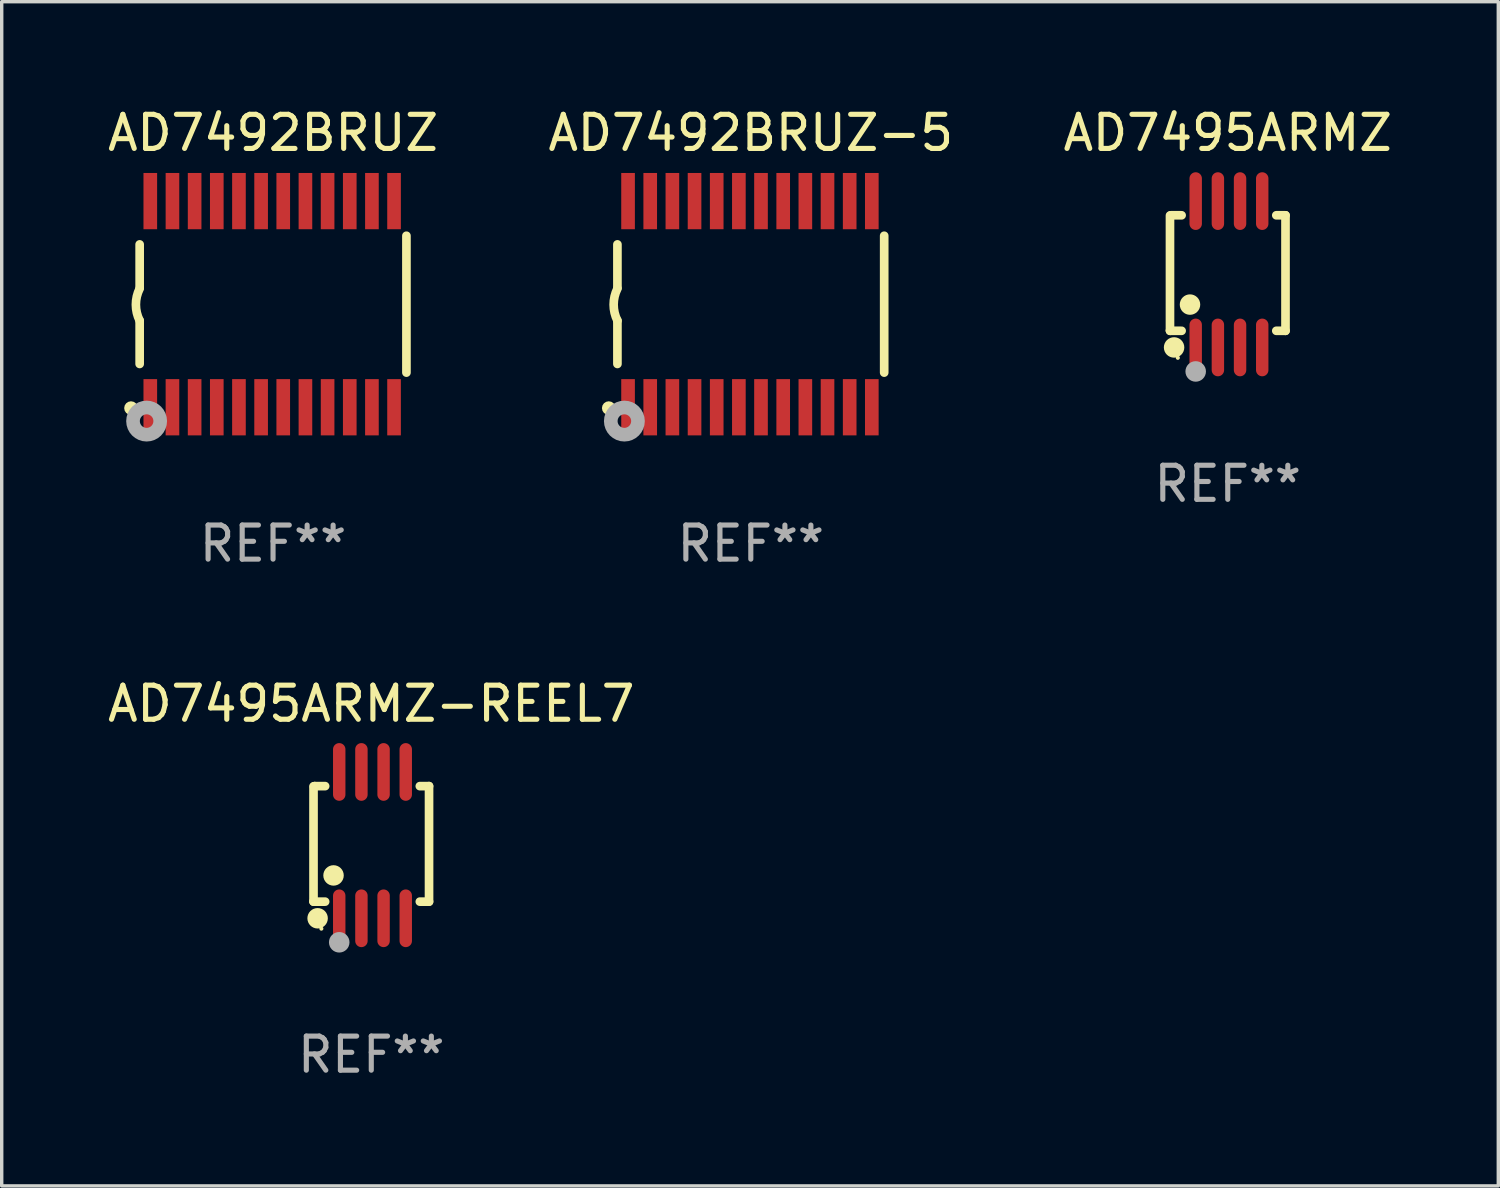
<source format=kicad_pcb>
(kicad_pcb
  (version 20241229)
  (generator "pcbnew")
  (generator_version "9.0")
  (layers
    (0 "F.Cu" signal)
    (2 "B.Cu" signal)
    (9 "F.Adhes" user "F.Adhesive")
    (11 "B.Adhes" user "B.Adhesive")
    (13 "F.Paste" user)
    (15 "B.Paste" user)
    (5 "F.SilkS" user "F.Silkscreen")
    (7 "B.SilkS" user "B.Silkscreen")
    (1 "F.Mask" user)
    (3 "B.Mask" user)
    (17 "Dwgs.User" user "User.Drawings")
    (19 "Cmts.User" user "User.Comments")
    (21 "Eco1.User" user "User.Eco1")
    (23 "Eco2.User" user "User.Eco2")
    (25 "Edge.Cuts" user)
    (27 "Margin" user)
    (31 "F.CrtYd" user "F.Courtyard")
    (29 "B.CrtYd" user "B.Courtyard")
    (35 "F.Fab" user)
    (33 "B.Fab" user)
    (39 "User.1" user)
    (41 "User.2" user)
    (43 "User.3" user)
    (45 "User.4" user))
  (footprint "AD7495ARMZ-REEL7"
    (layer "F.Cu")
    (at 7.839 21.736)
    (property "Reference" "AD7495ARMZ-REEL7" (at 0 -4.146 0) (layer "F.SilkS") (effects (font (size 1 1) (thickness 0.15))))
    (attr through_hole)
    (fp_line (start -1.694 -1.724) (end -1.694 1.652) (stroke (width 0.254) (type solid)) (layer "F.SilkS"))
    (fp_line (start -1.694 1.652) (end -1.688 1.658) (stroke (width 0.254) (type solid)) (layer "F.SilkS"))
    (fp_line (start -1.688 1.658) (end -1.353 1.658) (stroke (width 0.254) (type solid)) (layer "F.SilkS"))
    (fp_line (start -1.661 -1.73) (end -1.681 -1.71) (stroke (width 0.254) (type solid)) (layer "F.SilkS"))
    (fp_line (start -1.353 -1.73) (end -1.661 -1.73) (stroke (width 0.254) (type solid)) (layer "F.SilkS"))
    (fp_line (start 1.424 1.658) (end 1.694 1.658) (stroke (width 0.254) (type solid)) (layer "F.SilkS"))
    (fp_line (start 1.694 -1.73) (end 1.424 -1.73) (stroke (width 0.254) (type solid)) (layer "F.SilkS"))
    (fp_line (start 1.694 1.658) (end 1.694 -1.73) (stroke (width 0.254) (type solid)) (layer "F.SilkS"))
    (fp_circle (center -1.574 2.146) (end -1.424 2.146) (stroke (width 0.3) (type solid)) (fill no) (layer "F.SilkS"))
    (fp_circle (center -1.464 2.45) (end -1.434 2.45) (stroke (width 0.06) (type solid)) (fill no) (layer "F.SilkS"))
    (fp_circle (center -1.107 0.889) (end -0.957 0.889) (stroke (width 0.3) (type solid)) (fill no) (layer "F.SilkS"))
    (fp_circle (center -0.94 2.85) (end -0.789 2.85) (stroke (width 0.3) (type solid)) (fill no) (layer "F.Fab"))
    (fp_text user "REF**" (at 0 6.146 0) (layer "F.Fab") (effects (font (size 1 1) (thickness 0.15))))
    (pad "1" smd oval (at -0.94 2.146) (size 0.364 1.692) (layers "F.Cu" "F.Mask" "F.Paste"))
    (pad "2" smd oval (at -0.289 2.146) (size 0.364 1.692) (layers "F.Cu" "F.Mask" "F.Paste"))
    (pad "3" smd oval (at 0.361 2.146) (size 0.364 1.692) (layers "F.Cu" "F.Mask" "F.Paste"))
    (pad "4" smd oval (at 1.011 2.146) (size 0.364 1.692) (layers "F.Cu" "F.Mask" "F.Paste"))
    (pad "5" smd oval (at 1.011 -2.146) (size 0.364 1.692) (layers "F.Cu" "F.Mask" "F.Paste"))
    (pad "6" smd oval (at 0.361 -2.146) (size 0.364 1.692) (layers "F.Cu" "F.Mask" "F.Paste"))
    (pad "7" smd oval (at -0.289 -2.146) (size 0.364 1.692) (layers "F.Cu" "F.Mask" "F.Paste"))
    (pad "8" smd oval (at -0.94 -2.146) (size 0.364 1.692) (layers "F.Cu" "F.Mask" "F.Paste")))
  (footprint "AD7492BRUZ"
    (layer "F.Cu")
    (at 4.958 5.871)
    (property "Reference" "AD7492BRUZ" (at 0 -5.023 0) (layer "F.SilkS") (effects (font (size 1 1) (thickness 0.15))))
    (attr through_hole)
    (fp_line (start -3.912 -0.483) (end -3.912 -1.753) (stroke (width 0.254) (type solid)) (layer "F.SilkS"))
    (fp_line (start -3.912 1.753) (end -3.912 0.483) (stroke (width 0.254) (type solid)) (layer "F.SilkS"))
    (fp_line (start 3.912 -2.007) (end 3.912 2.007) (stroke (width 0.254) (type solid)) (layer "F.SilkS"))
    (fp_arc (start -3.911608 0.482601) (mid -4.022537 0.0127) (end -3.911608 -0.457201) (stroke (width 0.254001) (type solid)) (layer "F.SilkS"))
    (fp_circle (center -4.166 3.048) (end -4.066 3.048) (stroke (width 0.2) (type solid)) (fill no) (layer "F.SilkS"))
    (fp_circle (center -3.925 3.186) (end -3.895 3.186) (stroke (width 0.06) (type solid)) (fill no) (layer "F.SilkS"))
    (fp_circle (center -3.708 3.429) (end -3.509 3.429) (stroke (width 0.4) (type solid)) (fill no) (layer "F.Fab"))
    (fp_text user "REF**" (at 0 7.023 0) (layer "F.Fab") (effects (font (size 1 1) (thickness 0.15))))
    (pad "1" smd rect (at -3.6 3.023) (size 0.4 1.65) (layers "F.Cu" "F.Mask" "F.Paste"))
    (pad "2" smd rect (at -2.95 3.023) (size 0.4 1.65) (layers "F.Cu" "F.Mask" "F.Paste"))
    (pad "3" smd rect (at -2.3 3.023) (size 0.4 1.65) (layers "F.Cu" "F.Mask" "F.Paste"))
    (pad "4" smd rect (at -1.65 3.023) (size 0.4 1.65) (layers "F.Cu" "F.Mask" "F.Paste"))
    (pad "5" smd rect (at -1 3.023) (size 0.4 1.65) (layers "F.Cu" "F.Mask" "F.Paste"))
    (pad "6" smd rect (at -0.35 3.023) (size 0.4 1.65) (layers "F.Cu" "F.Mask" "F.Paste"))
    (pad "7" smd rect (at 0.299 3.023) (size 0.4 1.65) (layers "F.Cu" "F.Mask" "F.Paste"))
    (pad "8" smd rect (at 0.95 3.023) (size 0.4 1.65) (layers "F.Cu" "F.Mask" "F.Paste"))
    (pad "9" smd rect (at 1.6 3.023) (size 0.4 1.65) (layers "F.Cu" "F.Mask" "F.Paste"))
    (pad "10" smd rect (at 2.25 3.023) (size 0.4 1.65) (layers "F.Cu" "F.Mask" "F.Paste"))
    (pad "11" smd rect (at 2.9 3.023) (size 0.4 1.65) (layers "F.Cu" "F.Mask" "F.Paste"))
    (pad "12" smd rect (at 3.549 3.023) (size 0.4 1.65) (layers "F.Cu" "F.Mask" "F.Paste"))
    (pad "13" smd rect (at 3.549 -3.023) (size 0.4 1.65) (layers "F.Cu" "F.Mask" "F.Paste"))
    (pad "14" smd rect (at 2.9 -3.023) (size 0.4 1.65) (layers "F.Cu" "F.Mask" "F.Paste"))
    (pad "15" smd rect (at 2.25 -3.023) (size 0.4 1.65) (layers "F.Cu" "F.Mask" "F.Paste"))
    (pad "16" smd rect (at 1.6 -3.023) (size 0.4 1.65) (layers "F.Cu" "F.Mask" "F.Paste"))
    (pad "17" smd rect (at 0.95 -3.023) (size 0.4 1.65) (layers "F.Cu" "F.Mask" "F.Paste"))
    (pad "18" smd rect (at 0.299 -3.023) (size 0.4 1.65) (layers "F.Cu" "F.Mask" "F.Paste"))
    (pad "19" smd rect (at -0.35 -3.023) (size 0.4 1.65) (layers "F.Cu" "F.Mask" "F.Paste"))
    (pad "20" smd rect (at -1 -3.023) (size 0.4 1.65) (layers "F.Cu" "F.Mask" "F.Paste"))
    (pad "21" smd rect (at -1.65 -3.023) (size 0.4 1.65) (layers "F.Cu" "F.Mask" "F.Paste"))
    (pad "22" smd rect (at -2.3 -3.023) (size 0.4 1.65) (layers "F.Cu" "F.Mask" "F.Paste"))
    (pad "23" smd rect (at -2.95 -3.023) (size 0.4 1.65) (layers "F.Cu" "F.Mask" "F.Paste"))
    (pad "24" smd rect (at -3.6 -3.023) (size 0.4 1.65) (layers "F.Cu" "F.Mask" "F.Paste")))
  (footprint "AD7495ARMZ"
    (layer "F.Cu")
    (at 32.958 4.994)
    (property "Reference" "AD7495ARMZ" (at 0 -4.146 0) (layer "F.SilkS") (effects (font (size 1 1) (thickness 0.15))))
    (attr through_hole)
    (fp_line (start -1.694 -1.724) (end -1.694 1.652) (stroke (width 0.254) (type solid)) (layer "F.SilkS"))
    (fp_line (start -1.694 1.652) (end -1.688 1.658) (stroke (width 0.254) (type solid)) (layer "F.SilkS"))
    (fp_line (start -1.688 1.658) (end -1.353 1.658) (stroke (width 0.254) (type solid)) (layer "F.SilkS"))
    (fp_line (start -1.661 -1.73) (end -1.681 -1.71) (stroke (width 0.254) (type solid)) (layer "F.SilkS"))
    (fp_line (start -1.353 -1.73) (end -1.661 -1.73) (stroke (width 0.254) (type solid)) (layer "F.SilkS"))
    (fp_line (start 1.424 1.658) (end 1.694 1.658) (stroke (width 0.254) (type solid)) (layer "F.SilkS"))
    (fp_line (start 1.694 -1.73) (end 1.424 -1.73) (stroke (width 0.254) (type solid)) (layer "F.SilkS"))
    (fp_line (start 1.694 1.658) (end 1.694 -1.73) (stroke (width 0.254) (type solid)) (layer "F.SilkS"))
    (fp_circle (center -1.574 2.146) (end -1.424 2.146) (stroke (width 0.3) (type solid)) (fill no) (layer "F.SilkS"))
    (fp_circle (center -1.464 2.45) (end -1.434 2.45) (stroke (width 0.06) (type solid)) (fill no) (layer "F.SilkS"))
    (fp_circle (center -1.107 0.889) (end -0.957 0.889) (stroke (width 0.3) (type solid)) (fill no) (layer "F.SilkS"))
    (fp_circle (center -0.94 2.85) (end -0.789 2.85) (stroke (width 0.3) (type solid)) (fill no) (layer "F.Fab"))
    (fp_text user "REF**" (at 0 6.146 0) (layer "F.Fab") (effects (font (size 1 1) (thickness 0.15))))
    (pad "1" smd oval (at -0.94 2.146) (size 0.364 1.692) (layers "F.Cu" "F.Mask" "F.Paste"))
    (pad "2" smd oval (at -0.289 2.146) (size 0.364 1.692) (layers "F.Cu" "F.Mask" "F.Paste"))
    (pad "3" smd oval (at 0.361 2.146) (size 0.364 1.692) (layers "F.Cu" "F.Mask" "F.Paste"))
    (pad "4" smd oval (at 1.011 2.146) (size 0.364 1.692) (layers "F.Cu" "F.Mask" "F.Paste"))
    (pad "5" smd oval (at 1.011 -2.146) (size 0.364 1.692) (layers "F.Cu" "F.Mask" "F.Paste"))
    (pad "6" smd oval (at 0.361 -2.146) (size 0.364 1.692) (layers "F.Cu" "F.Mask" "F.Paste"))
    (pad "7" smd oval (at -0.289 -2.146) (size 0.364 1.692) (layers "F.Cu" "F.Mask" "F.Paste"))
    (pad "8" smd oval (at -0.94 -2.146) (size 0.364 1.692) (layers "F.Cu" "F.Mask" "F.Paste")))
  (footprint "AD7492BRUZ-5"
    (layer "F.Cu")
    (at 18.97 5.871)
    (property "Reference" "AD7492BRUZ-5" (at 0 -5.023 0) (layer "F.SilkS") (effects (font (size 1 1) (thickness 0.15))))
    (attr through_hole)
    (fp_line (start -3.912 -0.483) (end -3.912 -1.753) (stroke (width 0.254) (type solid)) (layer "F.SilkS"))
    (fp_line (start -3.912 1.753) (end -3.912 0.483) (stroke (width 0.254) (type solid)) (layer "F.SilkS"))
    (fp_line (start 3.912 -2.007) (end 3.912 2.007) (stroke (width 0.254) (type solid)) (layer "F.SilkS"))
    (fp_arc (start -3.911608 0.482601) (mid -4.022537 0.0127) (end -3.911608 -0.457201) (stroke (width 0.254001) (type solid)) (layer "F.SilkS"))
    (fp_circle (center -4.166 3.048) (end -4.066 3.048) (stroke (width 0.2) (type solid)) (fill no) (layer "F.SilkS"))
    (fp_circle (center -3.925 3.186) (end -3.895 3.186) (stroke (width 0.06) (type solid)) (fill no) (layer "F.SilkS"))
    (fp_circle (center -3.708 3.429) (end -3.509 3.429) (stroke (width 0.4) (type solid)) (fill no) (layer "F.Fab"))
    (fp_text user "REF**" (at 0 7.023 0) (layer "F.Fab") (effects (font (size 1 1) (thickness 0.15))))
    (pad "1" smd rect (at -3.6 3.023) (size 0.4 1.65) (layers "F.Cu" "F.Mask" "F.Paste"))
    (pad "2" smd rect (at -2.95 3.023) (size 0.4 1.65) (layers "F.Cu" "F.Mask" "F.Paste"))
    (pad "3" smd rect (at -2.3 3.023) (size 0.4 1.65) (layers "F.Cu" "F.Mask" "F.Paste"))
    (pad "4" smd rect (at -1.65 3.023) (size 0.4 1.65) (layers "F.Cu" "F.Mask" "F.Paste"))
    (pad "5" smd rect (at -1 3.023) (size 0.4 1.65) (layers "F.Cu" "F.Mask" "F.Paste"))
    (pad "6" smd rect (at -0.35 3.023) (size 0.4 1.65) (layers "F.Cu" "F.Mask" "F.Paste"))
    (pad "7" smd rect (at 0.299 3.023) (size 0.4 1.65) (layers "F.Cu" "F.Mask" "F.Paste"))
    (pad "8" smd rect (at 0.95 3.023) (size 0.4 1.65) (layers "F.Cu" "F.Mask" "F.Paste"))
    (pad "9" smd rect (at 1.6 3.023) (size 0.4 1.65) (layers "F.Cu" "F.Mask" "F.Paste"))
    (pad "10" smd rect (at 2.25 3.023) (size 0.4 1.65) (layers "F.Cu" "F.Mask" "F.Paste"))
    (pad "11" smd rect (at 2.9 3.023) (size 0.4 1.65) (layers "F.Cu" "F.Mask" "F.Paste"))
    (pad "12" smd rect (at 3.549 3.023) (size 0.4 1.65) (layers "F.Cu" "F.Mask" "F.Paste"))
    (pad "13" smd rect (at 3.549 -3.023) (size 0.4 1.65) (layers "F.Cu" "F.Mask" "F.Paste"))
    (pad "14" smd rect (at 2.9 -3.023) (size 0.4 1.65) (layers "F.Cu" "F.Mask" "F.Paste"))
    (pad "15" smd rect (at 2.25 -3.023) (size 0.4 1.65) (layers "F.Cu" "F.Mask" "F.Paste"))
    (pad "16" smd rect (at 1.6 -3.023) (size 0.4 1.65) (layers "F.Cu" "F.Mask" "F.Paste"))
    (pad "17" smd rect (at 0.95 -3.023) (size 0.4 1.65) (layers "F.Cu" "F.Mask" "F.Paste"))
    (pad "18" smd rect (at 0.299 -3.023) (size 0.4 1.65) (layers "F.Cu" "F.Mask" "F.Paste"))
    (pad "19" smd rect (at -0.35 -3.023) (size 0.4 1.65) (layers "F.Cu" "F.Mask" "F.Paste"))
    (pad "20" smd rect (at -1 -3.023) (size 0.4 1.65) (layers "F.Cu" "F.Mask" "F.Paste"))
    (pad "21" smd rect (at -1.65 -3.023) (size 0.4 1.65) (layers "F.Cu" "F.Mask" "F.Paste"))
    (pad "22" smd rect (at -2.3 -3.023) (size 0.4 1.65) (layers "F.Cu" "F.Mask" "F.Paste"))
    (pad "23" smd rect (at -2.95 -3.023) (size 0.4 1.65) (layers "F.Cu" "F.Mask" "F.Paste"))
    (pad "24" smd rect (at -3.6 -3.023) (size 0.4 1.65) (layers "F.Cu" "F.Mask" "F.Paste")))
  (gr_rect
    (start -3 -3)
    (end 40.893 31.73)
    (stroke (width 0.1) (type default))
    (fill no)
    (layer "Edge.Cuts")))
</source>
